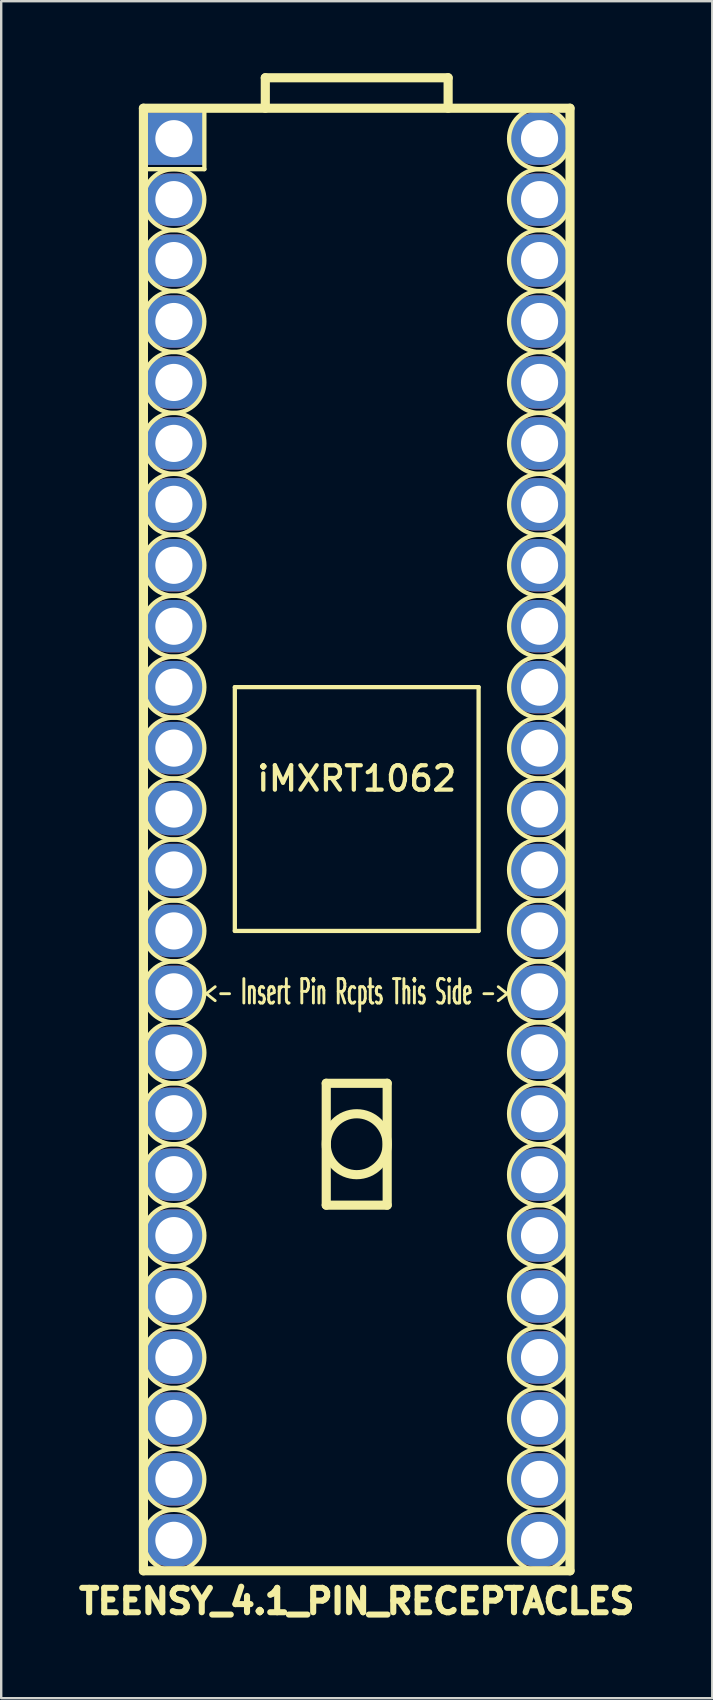
<source format=kicad_pcb>
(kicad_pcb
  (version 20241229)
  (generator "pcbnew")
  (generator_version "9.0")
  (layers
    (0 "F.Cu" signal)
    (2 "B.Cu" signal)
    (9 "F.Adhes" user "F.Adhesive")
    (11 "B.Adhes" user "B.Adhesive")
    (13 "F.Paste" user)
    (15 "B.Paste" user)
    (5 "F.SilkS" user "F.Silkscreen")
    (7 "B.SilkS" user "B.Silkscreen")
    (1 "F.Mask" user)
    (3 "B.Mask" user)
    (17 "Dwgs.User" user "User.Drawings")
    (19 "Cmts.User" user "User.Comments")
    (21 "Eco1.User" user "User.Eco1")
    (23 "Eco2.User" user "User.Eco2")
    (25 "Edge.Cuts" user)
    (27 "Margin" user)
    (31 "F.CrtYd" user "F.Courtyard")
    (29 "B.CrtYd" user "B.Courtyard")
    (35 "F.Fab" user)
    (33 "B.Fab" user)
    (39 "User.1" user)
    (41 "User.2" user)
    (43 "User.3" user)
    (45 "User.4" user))
  (footprint "TEENSY_4.1_PIN_RECEPTACLES"
    (layer "F.Cu")
    (at 11.818 19.241)
    (property "Reference" "TEENSY_4.1_PIN_RECEPTACLES" (at 0 44.45 0) (layer "F.SilkS") (effects (font (size 1.016 1.016) (thickness 0.254))))
    (attr through_hole)
    (fp_line (start -8.89 -17.78) (end -8.89 43.18) (stroke (width 0.381) (type solid)) (layer "F.SilkS"))
    (fp_line (start -8.89 -15.24) (end -6.35 -15.24) (stroke (width 0.178) (type solid)) (layer "F.SilkS"))
    (fp_line (start -8.89 43.18) (end 8.89 43.18) (stroke (width 0.381) (type solid)) (layer "F.SilkS"))
    (fp_line (start -6.35 -15.24) (end -6.35 -17.78) (stroke (width 0.178) (type solid)) (layer "F.SilkS"))
    (fp_line (start -5.08 6.35) (end -5.08 16.51) (stroke (width 0.178) (type solid)) (layer "F.SilkS"))
    (fp_line (start -5.08 16.51) (end 5.08 16.51) (stroke (width 0.178) (type solid)) (layer "F.SilkS"))
    (fp_line (start -3.81 -19.05) (end 3.81 -19.05) (stroke (width 0.381) (type solid)) (layer "F.SilkS"))
    (fp_line (start -3.81 -17.78) (end -3.81 -19.05) (stroke (width 0.381) (type solid)) (layer "F.SilkS"))
    (fp_line (start -1.27 22.86) (end -1.27 27.94) (stroke (width 0.381) (type solid)) (layer "F.SilkS"))
    (fp_line (start -1.27 27.94) (end 1.27 27.94) (stroke (width 0.381) (type solid)) (layer "F.SilkS"))
    (fp_line (start 1.27 22.86) (end -1.27 22.86) (stroke (width 0.381) (type solid)) (layer "F.SilkS"))
    (fp_line (start 1.27 27.94) (end 1.27 22.86) (stroke (width 0.381) (type solid)) (layer "F.SilkS"))
    (fp_line (start 3.81 -19.05) (end 3.81 -17.78) (stroke (width 0.381) (type solid)) (layer "F.SilkS"))
    (fp_line (start 5.08 6.35) (end -5.08 6.35) (stroke (width 0.178) (type solid)) (layer "F.SilkS"))
    (fp_line (start 5.08 16.51) (end 5.08 6.35) (stroke (width 0.178) (type solid)) (layer "F.SilkS"))
    (fp_line (start 8.89 -17.78) (end -8.89 -17.78) (stroke (width 0.381) (type solid)) (layer "F.SilkS"))
    (fp_line (start 8.89 43.18) (end 8.89 -17.78) (stroke (width 0.381) (type solid)) (layer "F.SilkS"))
    (fp_circle (center -7.62 -13.97) (end -6.35 -13.97) (stroke (width 0.178) (type solid)) (fill no) (layer "F.SilkS"))
    (fp_circle (center -7.62 -11.43) (end -6.35 -11.43) (stroke (width 0.178) (type solid)) (fill no) (layer "F.SilkS"))
    (fp_circle (center -7.62 -8.89) (end -6.35 -8.89) (stroke (width 0.178) (type solid)) (fill no) (layer "F.SilkS"))
    (fp_circle (center -7.62 -6.35) (end -6.35 -6.35) (stroke (width 0.178) (type solid)) (fill no) (layer "F.SilkS"))
    (fp_circle (center -7.62 -3.81) (end -6.35 -3.81) (stroke (width 0.178) (type solid)) (fill no) (layer "F.SilkS"))
    (fp_circle (center -7.62 -1.27) (end -6.35 -1.27) (stroke (width 0.178) (type solid)) (fill no) (layer "F.SilkS"))
    (fp_circle (center -7.62 1.27) (end -6.35 1.27) (stroke (width 0.178) (type solid)) (fill no) (layer "F.SilkS"))
    (fp_circle (center -7.62 3.81) (end -6.35 3.81) (stroke (width 0.178) (type solid)) (fill no) (layer "F.SilkS"))
    (fp_circle (center -7.62 6.35) (end -6.35 6.35) (stroke (width 0.178) (type solid)) (fill no) (layer "F.SilkS"))
    (fp_circle (center -7.62 8.89) (end -6.35 8.89) (stroke (width 0.178) (type solid)) (fill no) (layer "F.SilkS"))
    (fp_circle (center -7.62 11.43) (end -6.35 11.43) (stroke (width 0.178) (type solid)) (fill no) (layer "F.SilkS"))
    (fp_circle (center -7.62 13.97) (end -6.35 13.97) (stroke (width 0.178) (type solid)) (fill no) (layer "F.SilkS"))
    (fp_circle (center -7.62 16.51) (end -6.35 16.51) (stroke (width 0.178) (type solid)) (fill no) (layer "F.SilkS"))
    (fp_circle (center -7.62 19.05) (end -6.35 19.05) (stroke (width 0.178) (type solid)) (fill no) (layer "F.SilkS"))
    (fp_circle (center -7.62 21.59) (end -6.35 21.59) (stroke (width 0.178) (type solid)) (fill no) (layer "F.SilkS"))
    (fp_circle (center -7.62 24.13) (end -6.35 24.13) (stroke (width 0.178) (type solid)) (fill no) (layer "F.SilkS"))
    (fp_circle (center -7.62 26.67) (end -6.35 26.67) (stroke (width 0.178) (type solid)) (fill no) (layer "F.SilkS"))
    (fp_circle (center -7.62 29.21) (end -6.35 29.21) (stroke (width 0.178) (type solid)) (fill no) (layer "F.SilkS"))
    (fp_circle (center -7.62 31.75) (end -6.35 31.75) (stroke (width 0.178) (type solid)) (fill no) (layer "F.SilkS"))
    (fp_circle (center -7.62 34.29) (end -6.35 34.29) (stroke (width 0.178) (type solid)) (fill no) (layer "F.SilkS"))
    (fp_circle (center -7.62 36.83) (end -6.35 36.83) (stroke (width 0.178) (type solid)) (fill no) (layer "F.SilkS"))
    (fp_circle (center -7.62 39.37) (end -6.35 39.37) (stroke (width 0.178) (type solid)) (fill no) (layer "F.SilkS"))
    (fp_circle (center -7.62 41.91) (end -6.35 41.91) (stroke (width 0.178) (type solid)) (fill no) (layer "F.SilkS"))
    (fp_circle (center 0 25.4) (end -1.27 25.4) (stroke (width 0.381) (type solid)) (fill no) (layer "F.SilkS"))
    (fp_circle (center 7.62 -16.51) (end 8.89 -16.51) (stroke (width 0.178) (type solid)) (fill no) (layer "F.SilkS"))
    (fp_circle (center 7.62 -13.97) (end 8.89 -13.97) (stroke (width 0.178) (type solid)) (fill no) (layer "F.SilkS"))
    (fp_circle (center 7.62 -11.43) (end 8.89 -11.43) (stroke (width 0.178) (type solid)) (fill no) (layer "F.SilkS"))
    (fp_circle (center 7.62 -8.89) (end 8.89 -8.89) (stroke (width 0.178) (type solid)) (fill no) (layer "F.SilkS"))
    (fp_circle (center 7.62 -6.35) (end 8.89 -6.35) (stroke (width 0.178) (type solid)) (fill no) (layer "F.SilkS"))
    (fp_circle (center 7.62 -3.81) (end 8.89 -3.81) (stroke (width 0.178) (type solid)) (fill no) (layer "F.SilkS"))
    (fp_circle (center 7.62 -1.27) (end 8.89 -1.27) (stroke (width 0.178) (type solid)) (fill no) (layer "F.SilkS"))
    (fp_circle (center 7.62 1.27) (end 8.89 1.27) (stroke (width 0.178) (type solid)) (fill no) (layer "F.SilkS"))
    (fp_circle (center 7.62 3.81) (end 8.89 3.81) (stroke (width 0.178) (type solid)) (fill no) (layer "F.SilkS"))
    (fp_circle (center 7.62 6.35) (end 8.89 6.35) (stroke (width 0.178) (type solid)) (fill no) (layer "F.SilkS"))
    (fp_circle (center 7.62 8.89) (end 8.89 8.89) (stroke (width 0.178) (type solid)) (fill no) (layer "F.SilkS"))
    (fp_circle (center 7.62 11.43) (end 8.89 11.43) (stroke (width 0.178) (type solid)) (fill no) (layer "F.SilkS"))
    (fp_circle (center 7.62 13.97) (end 8.89 13.97) (stroke (width 0.178) (type solid)) (fill no) (layer "F.SilkS"))
    (fp_circle (center 7.62 16.51) (end 8.89 16.51) (stroke (width 0.178) (type solid)) (fill no) (layer "F.SilkS"))
    (fp_circle (center 7.62 19.05) (end 8.89 19.05) (stroke (width 0.178) (type solid)) (fill no) (layer "F.SilkS"))
    (fp_circle (center 7.62 21.59) (end 8.89 21.59) (stroke (width 0.178) (type solid)) (fill no) (layer "F.SilkS"))
    (fp_circle (center 7.62 24.13) (end 8.89 24.13) (stroke (width 0.178) (type solid)) (fill no) (layer "F.SilkS"))
    (fp_circle (center 7.62 26.67) (end 8.89 26.67) (stroke (width 0.178) (type solid)) (fill no) (layer "F.SilkS"))
    (fp_circle (center 7.62 29.21) (end 8.89 29.21) (stroke (width 0.178) (type solid)) (fill no) (layer "F.SilkS"))
    (fp_circle (center 7.62 31.75) (end 8.89 31.75) (stroke (width 0.178) (type solid)) (fill no) (layer "F.SilkS"))
    (fp_circle (center 7.62 34.29) (end 8.89 34.29) (stroke (width 0.178) (type solid)) (fill no) (layer "F.SilkS"))
    (fp_circle (center 7.62 36.83) (end 8.89 36.83) (stroke (width 0.178) (type solid)) (fill no) (layer "F.SilkS"))
    (fp_circle (center 7.62 39.37) (end 8.89 39.37) (stroke (width 0.178) (type solid)) (fill no) (layer "F.SilkS"))
    (fp_circle (center 7.62 41.91) (end 8.89 41.91) (stroke (width 0.178) (type solid)) (fill no) (layer "F.SilkS"))
    (fp_text user "iMXRT1062" (at 0 10.16 0) (layer "F.SilkS") (effects (font (size 1.016 1.016) (thickness 0.178))))
    (fp_text user "<- Insert Pin Rcpts This Side ->" (at 0 19.05 0) (layer "F.SilkS") (effects (font (size 1.016 0.483) (thickness 0.121))))
    (pad "" thru_hole oval (at 7.62 -13.97) (size 2.54 2.184) (drill 1.549) (layers "*.Cu" "*.Mask"))
    (pad "" thru_hole oval (at 7.62 19.05) (size 2.54 2.184) (drill 1.549) (layers "*.Cu" "*.Mask"))
    (pad "0" thru_hole oval (at -7.62 -13.97) (size 2.54 2.184) (drill 1.549) (layers "*.Cu" "*.Mask"))
    (pad "1" thru_hole oval (at -7.62 -11.43) (size 2.54 2.184) (drill 1.549) (layers "*.Cu" "*.Mask"))
    (pad "2" thru_hole oval (at -7.62 -8.89) (size 2.54 2.184) (drill 1.549) (layers "*.Cu" "*.Mask"))
    (pad "3" thru_hole oval (at -7.62 -6.35) (size 2.54 2.184) (drill 1.549) (layers "*.Cu" "*.Mask"))
    (pad "3V3" thru_hole oval (at -7.62 19.05) (size 2.54 2.184) (drill 1.549) (layers "*.Cu" "*.Mask"))
    (pad "3V3" thru_hole oval (at 7.62 -11.43) (size 2.54 2.184) (drill 1.549) (layers "*.Cu" "*.Mask"))
    (pad "4" thru_hole oval (at -7.62 -3.81) (size 2.54 2.184) (drill 1.549) (layers "*.Cu" "*.Mask"))
    (pad "5" thru_hole oval (at -7.62 -1.27) (size 2.54 2.184) (drill 1.549) (layers "*.Cu" "*.Mask"))
    (pad "6" thru_hole oval (at -7.62 1.27) (size 2.54 2.184) (drill 1.549) (layers "*.Cu" "*.Mask"))
    (pad "7" thru_hole oval (at -7.62 3.81) (size 2.54 2.184) (drill 1.549) (layers "*.Cu" "*.Mask"))
    (pad "8" thru_hole oval (at -7.62 6.35) (size 2.54 2.184) (drill 1.549) (layers "*.Cu" "*.Mask"))
    (pad "9" thru_hole oval (at -7.62 8.89) (size 2.54 2.184) (drill 1.549) (layers "*.Cu" "*.Mask"))
    (pad "10" thru_hole oval (at -7.62 11.43) (size 2.54 2.184) (drill 1.549) (layers "*.Cu" "*.Mask"))
    (pad "11" thru_hole oval (at -7.62 13.97) (size 2.54 2.184) (drill 1.549) (layers "*.Cu" "*.Mask"))
    (pad "12" thru_hole oval (at -7.62 16.51) (size 2.54 2.184) (drill 1.549) (layers "*.Cu" "*.Mask"))
    (pad "13" thru_hole oval (at 7.62 16.51) (size 2.54 2.184) (drill 1.549) (layers "*.Cu" "*.Mask"))
    (pad "14" thru_hole oval (at 7.62 13.97) (size 2.54 2.184) (drill 1.549) (layers "*.Cu" "*.Mask"))
    (pad "15" thru_hole oval (at 7.62 11.43) (size 2.54 2.184) (drill 1.549) (layers "*.Cu" "*.Mask"))
    (pad "16" thru_hole oval (at 7.62 8.89) (size 2.54 2.184) (drill 1.549) (layers "*.Cu" "*.Mask"))
    (pad "17" thru_hole oval (at 7.62 6.35) (size 2.54 2.184) (drill 1.549) (layers "*.Cu" "*.Mask"))
    (pad "18" thru_hole oval (at 7.62 3.81) (size 2.54 2.184) (drill 1.549) (layers "*.Cu" "*.Mask"))
    (pad "19" thru_hole oval (at 7.62 1.27) (size 2.54 2.184) (drill 1.549) (layers "*.Cu" "*.Mask"))
    (pad "20" thru_hole oval (at 7.62 -1.27) (size 2.54 2.184) (drill 1.549) (layers "*.Cu" "*.Mask"))
    (pad "21" thru_hole oval (at 7.62 -3.81) (size 2.54 2.184) (drill 1.549) (layers "*.Cu" "*.Mask"))
    (pad "22" thru_hole oval (at 7.62 -6.35) (size 2.54 2.184) (drill 1.549) (layers "*.Cu" "*.Mask"))
    (pad "23" thru_hole oval (at 7.62 -8.89) (size 2.54 2.184) (drill 1.549) (layers "*.Cu" "*.Mask"))
    (pad "24" thru_hole oval (at -7.62 21.59) (size 2.54 2.184) (drill 1.549) (layers "*.Cu" "*.Mask"))
    (pad "25" thru_hole oval (at -7.62 24.13) (size 2.54 2.184) (drill 1.549) (layers "*.Cu" "*.Mask"))
    (pad "26" thru_hole oval (at -7.62 26.67) (size 2.54 2.184) (drill 1.549) (layers "*.Cu" "*.Mask"))
    (pad "27" thru_hole oval (at -7.62 29.21) (size 2.54 2.184) (drill 1.549) (layers "*.Cu" "*.Mask"))
    (pad "28" thru_hole oval (at -7.62 31.75) (size 2.54 2.184) (drill 1.549) (layers "*.Cu" "*.Mask"))
    (pad "29" thru_hole oval (at -7.62 34.29) (size 2.54 2.184) (drill 1.549) (layers "*.Cu" "*.Mask"))
    (pad "30" thru_hole oval (at -7.62 36.83) (size 2.54 2.184) (drill 1.549) (layers "*.Cu" "*.Mask"))
    (pad "31" thru_hole oval (at -7.62 39.37) (size 2.54 2.184) (drill 1.549) (layers "*.Cu" "*.Mask"))
    (pad "32" thru_hole oval (at -7.62 41.91) (size 2.54 2.184) (drill 1.549) (layers "*.Cu" "*.Mask"))
    (pad "33" thru_hole oval (at 7.62 41.91) (size 2.54 2.184) (drill 1.549) (layers "*.Cu" "*.Mask"))
    (pad "34" thru_hole oval (at 7.62 39.37) (size 2.54 2.184) (drill 1.549) (layers "*.Cu" "*.Mask"))
    (pad "35" thru_hole oval (at 7.62 36.83) (size 2.54 2.184) (drill 1.549) (layers "*.Cu" "*.Mask"))
    (pad "36" thru_hole oval (at 7.62 34.29) (size 2.54 2.184) (drill 1.549) (layers "*.Cu" "*.Mask"))
    (pad "37" thru_hole oval (at 7.62 31.75) (size 2.54 2.184) (drill 1.549) (layers "*.Cu" "*.Mask"))
    (pad "38" thru_hole oval (at 7.62 29.21) (size 2.54 2.184) (drill 1.549) (layers "*.Cu" "*.Mask"))
    (pad "39" thru_hole oval (at 7.62 26.67) (size 2.54 2.184) (drill 1.549) (layers "*.Cu" "*.Mask"))
    (pad "40" thru_hole oval (at 7.62 24.13) (size 2.54 2.184) (drill 1.549) (layers "*.Cu" "*.Mask"))
    (pad "41" thru_hole oval (at 7.62 21.59) (size 2.54 2.184) (drill 1.549) (layers "*.Cu" "*.Mask"))
    (pad "GND" thru_hole rect (at -7.62 -16.51) (size 2.54 2.184) (drill 1.549) (layers "*.Cu" "*.Mask"))
    (pad "V" thru_hole oval (at 7.62 -16.51) (size 2.54 2.184) (drill 1.549) (layers "*.Cu" "*.Mask")))
  (gr_rect
    (start -3 -3)
    (end 26.637 67.731)
    (stroke (width 0.1) (type default))
    (fill no)
    (layer "Edge.Cuts")))
</source>
